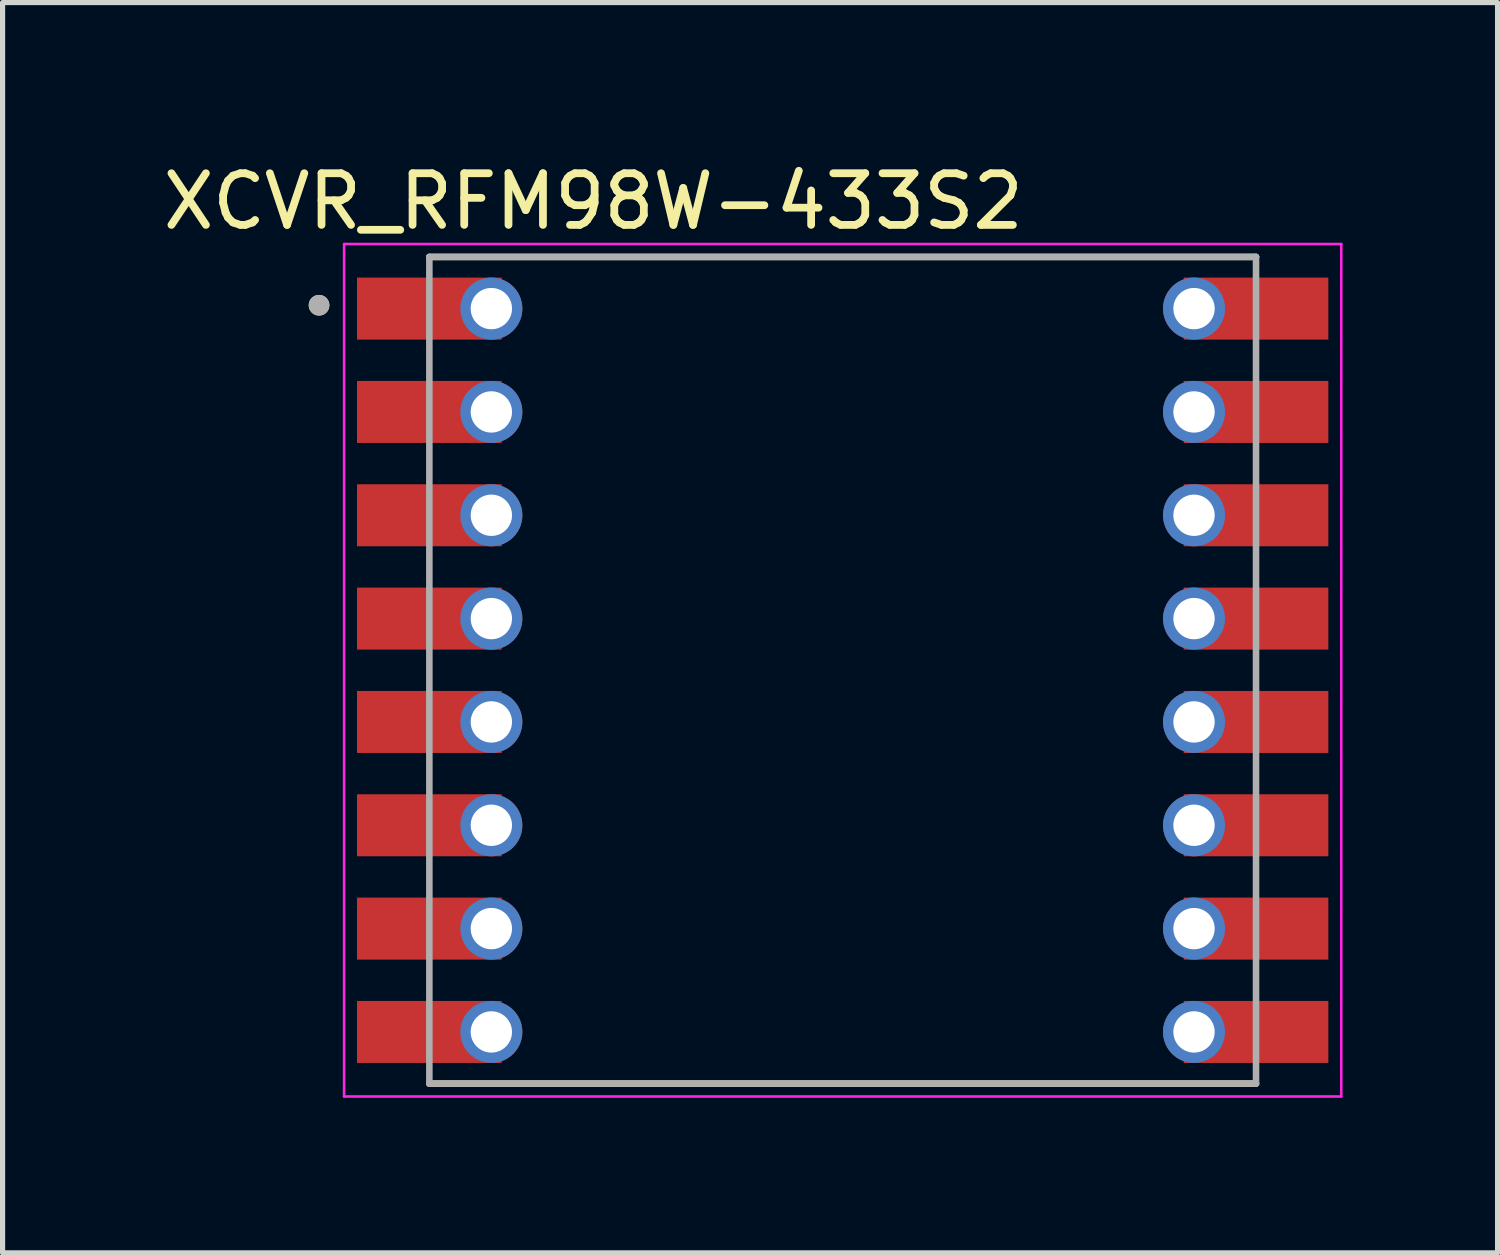
<source format=kicad_pcb>
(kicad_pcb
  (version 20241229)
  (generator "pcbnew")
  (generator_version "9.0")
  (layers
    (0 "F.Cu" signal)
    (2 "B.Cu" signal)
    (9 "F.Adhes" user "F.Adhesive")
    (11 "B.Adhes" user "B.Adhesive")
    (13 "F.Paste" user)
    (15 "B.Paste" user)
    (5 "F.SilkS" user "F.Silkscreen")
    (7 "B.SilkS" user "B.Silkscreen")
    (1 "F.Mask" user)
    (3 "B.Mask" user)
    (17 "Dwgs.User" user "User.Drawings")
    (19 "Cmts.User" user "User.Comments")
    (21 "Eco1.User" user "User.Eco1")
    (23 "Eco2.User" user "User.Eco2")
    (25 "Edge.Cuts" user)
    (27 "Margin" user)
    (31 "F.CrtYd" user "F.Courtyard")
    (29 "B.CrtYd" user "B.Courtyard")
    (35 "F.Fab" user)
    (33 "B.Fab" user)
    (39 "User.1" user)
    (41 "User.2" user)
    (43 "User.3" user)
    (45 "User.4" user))
  (footprint "XCVR_RFM98W-433S2"
    (layer "F.Cu")
    (at 13.26 9.923)
    (property "Reference" "XCVR_RFM98W-433S2" (at -4.825 -9.075 0) (layer "F.SilkS") (effects (font (size 1 1) (thickness 0.15))))
    (attr through_hole)
    (fp_line (start -8 -8) (end 8 -8) (stroke (width 0.127) (type solid)) (layer "F.SilkS"))
    (fp_line (start 8 8) (end -8 8) (stroke (width 0.127) (type solid)) (layer "F.SilkS"))
    (fp_circle (center -10.135 -7.065) (end -10.035 -7.065) (stroke (width 0.2) (type solid)) (fill no) (layer "F.SilkS"))
    (fp_line (start -9.65 -8.25) (end 9.65 -8.25) (stroke (width 0.05) (type solid)) (layer "F.CrtYd"))
    (fp_line (start -9.65 8.25) (end -9.65 -8.25) (stroke (width 0.05) (type solid)) (layer "F.CrtYd"))
    (fp_line (start 9.65 -8.25) (end 9.65 8.25) (stroke (width 0.05) (type solid)) (layer "F.CrtYd"))
    (fp_line (start 9.65 8.25) (end -9.65 8.25) (stroke (width 0.05) (type solid)) (layer "F.CrtYd"))
    (fp_line (start -8 -8) (end 8 -8) (stroke (width 0.127) (type solid)) (layer "F.Fab"))
    (fp_line (start -8 8) (end -8 -8) (stroke (width 0.127) (type solid)) (layer "F.Fab"))
    (fp_line (start 8 -8) (end 8 8) (stroke (width 0.127) (type solid)) (layer "F.Fab"))
    (fp_line (start 8 8) (end -8 8) (stroke (width 0.127) (type solid)) (layer "F.Fab"))
    (fp_circle (center -10.135 -7.065) (end -10.035 -7.065) (stroke (width 0.2) (type solid)) (fill no) (layer "F.Fab"))
    (pad "1" smd rect (at -8 -7) (size 2.8 1.2) (layers "F.Cu" "F.Mask" "F.Paste"))
    (pad "1_1" thru_hole circle (at -6.8 -7) (size 1.2 1.2) (drill 0.8) (layers "*.Cu" "*.Mask"))
    (pad "2" smd rect (at -8 -5) (size 2.8 1.2) (layers "F.Cu" "F.Mask" "F.Paste"))
    (pad "2_1" thru_hole circle (at -6.8 -5) (size 1.2 1.2) (drill 0.8) (layers "*.Cu" "*.Mask"))
    (pad "3" smd rect (at -8 -3) (size 2.8 1.2) (layers "F.Cu" "F.Mask" "F.Paste"))
    (pad "3_1" thru_hole circle (at -6.8 -3) (size 1.2 1.2) (drill 0.8) (layers "*.Cu" "*.Mask"))
    (pad "4" smd rect (at -8 -1) (size 2.8 1.2) (layers "F.Cu" "F.Mask" "F.Paste"))
    (pad "4_1" thru_hole circle (at -6.8 -1) (size 1.2 1.2) (drill 0.8) (layers "*.Cu" "*.Mask"))
    (pad "5" smd rect (at -8 1) (size 2.8 1.2) (layers "F.Cu" "F.Mask" "F.Paste"))
    (pad "5_1" thru_hole circle (at -6.8 1) (size 1.2 1.2) (drill 0.8) (layers "*.Cu" "*.Mask"))
    (pad "6" smd rect (at -8 3) (size 2.8 1.2) (layers "F.Cu" "F.Mask" "F.Paste"))
    (pad "6_1" thru_hole circle (at -6.8 3) (size 1.2 1.2) (drill 0.8) (layers "*.Cu" "*.Mask"))
    (pad "7" smd rect (at -8 5) (size 2.8 1.2) (layers "F.Cu" "F.Mask" "F.Paste"))
    (pad "7_1" thru_hole circle (at -6.8 5) (size 1.2 1.2) (drill 0.8) (layers "*.Cu" "*.Mask"))
    (pad "8" smd rect (at -8 7) (size 2.8 1.2) (layers "F.Cu" "F.Mask" "F.Paste"))
    (pad "8_1" thru_hole circle (at -6.8 7) (size 1.2 1.2) (drill 0.8) (layers "*.Cu" "*.Mask"))
    (pad "9" smd rect (at 8 7) (size 2.8 1.2) (layers "F.Cu" "F.Mask" "F.Paste"))
    (pad "9_1" thru_hole circle (at 6.8 7) (size 1.2 1.2) (drill 0.8) (layers "*.Cu" "*.Mask"))
    (pad "10" smd rect (at 8 5) (size 2.8 1.2) (layers "F.Cu" "F.Mask" "F.Paste"))
    (pad "10_1" thru_hole circle (at 6.8 5) (size 1.2 1.2) (drill 0.8) (layers "*.Cu" "*.Mask"))
    (pad "11" smd rect (at 8 3) (size 2.8 1.2) (layers "F.Cu" "F.Mask" "F.Paste"))
    (pad "11_1" thru_hole circle (at 6.8 3) (size 1.2 1.2) (drill 0.8) (layers "*.Cu" "*.Mask"))
    (pad "12" smd rect (at 8 1) (size 2.8 1.2) (layers "F.Cu" "F.Mask" "F.Paste"))
    (pad "12_1" thru_hole circle (at 6.8 1) (size 1.2 1.2) (drill 0.8) (layers "*.Cu" "*.Mask"))
    (pad "13" smd rect (at 8 -1) (size 2.8 1.2) (layers "F.Cu" "F.Mask" "F.Paste"))
    (pad "13_1" thru_hole circle (at 6.8 -1) (size 1.2 1.2) (drill 0.8) (layers "*.Cu" "*.Mask"))
    (pad "14" smd rect (at 8 -3) (size 2.8 1.2) (layers "F.Cu" "F.Mask" "F.Paste"))
    (pad "14_1" thru_hole circle (at 6.8 -3) (size 1.2 1.2) (drill 0.8) (layers "*.Cu" "*.Mask"))
    (pad "15" smd rect (at 8 -5) (size 2.8 1.2) (layers "F.Cu" "F.Mask" "F.Paste"))
    (pad "15_1" thru_hole circle (at 6.8 -5) (size 1.2 1.2) (drill 0.8) (layers "*.Cu" "*.Mask"))
    (pad "16" smd rect (at 8 -7) (size 2.8 1.2) (layers "F.Cu" "F.Mask" "F.Paste"))
    (pad "16_1" thru_hole circle (at 6.8 -7) (size 1.2 1.2) (drill 0.8) (layers "*.Cu" "*.Mask")))
  (gr_rect
    (start -3 -3)
    (end 25.935 21.198)
    (stroke (width 0.1) (type default))
    (fill no)
    (layer "Edge.Cuts")))
</source>
